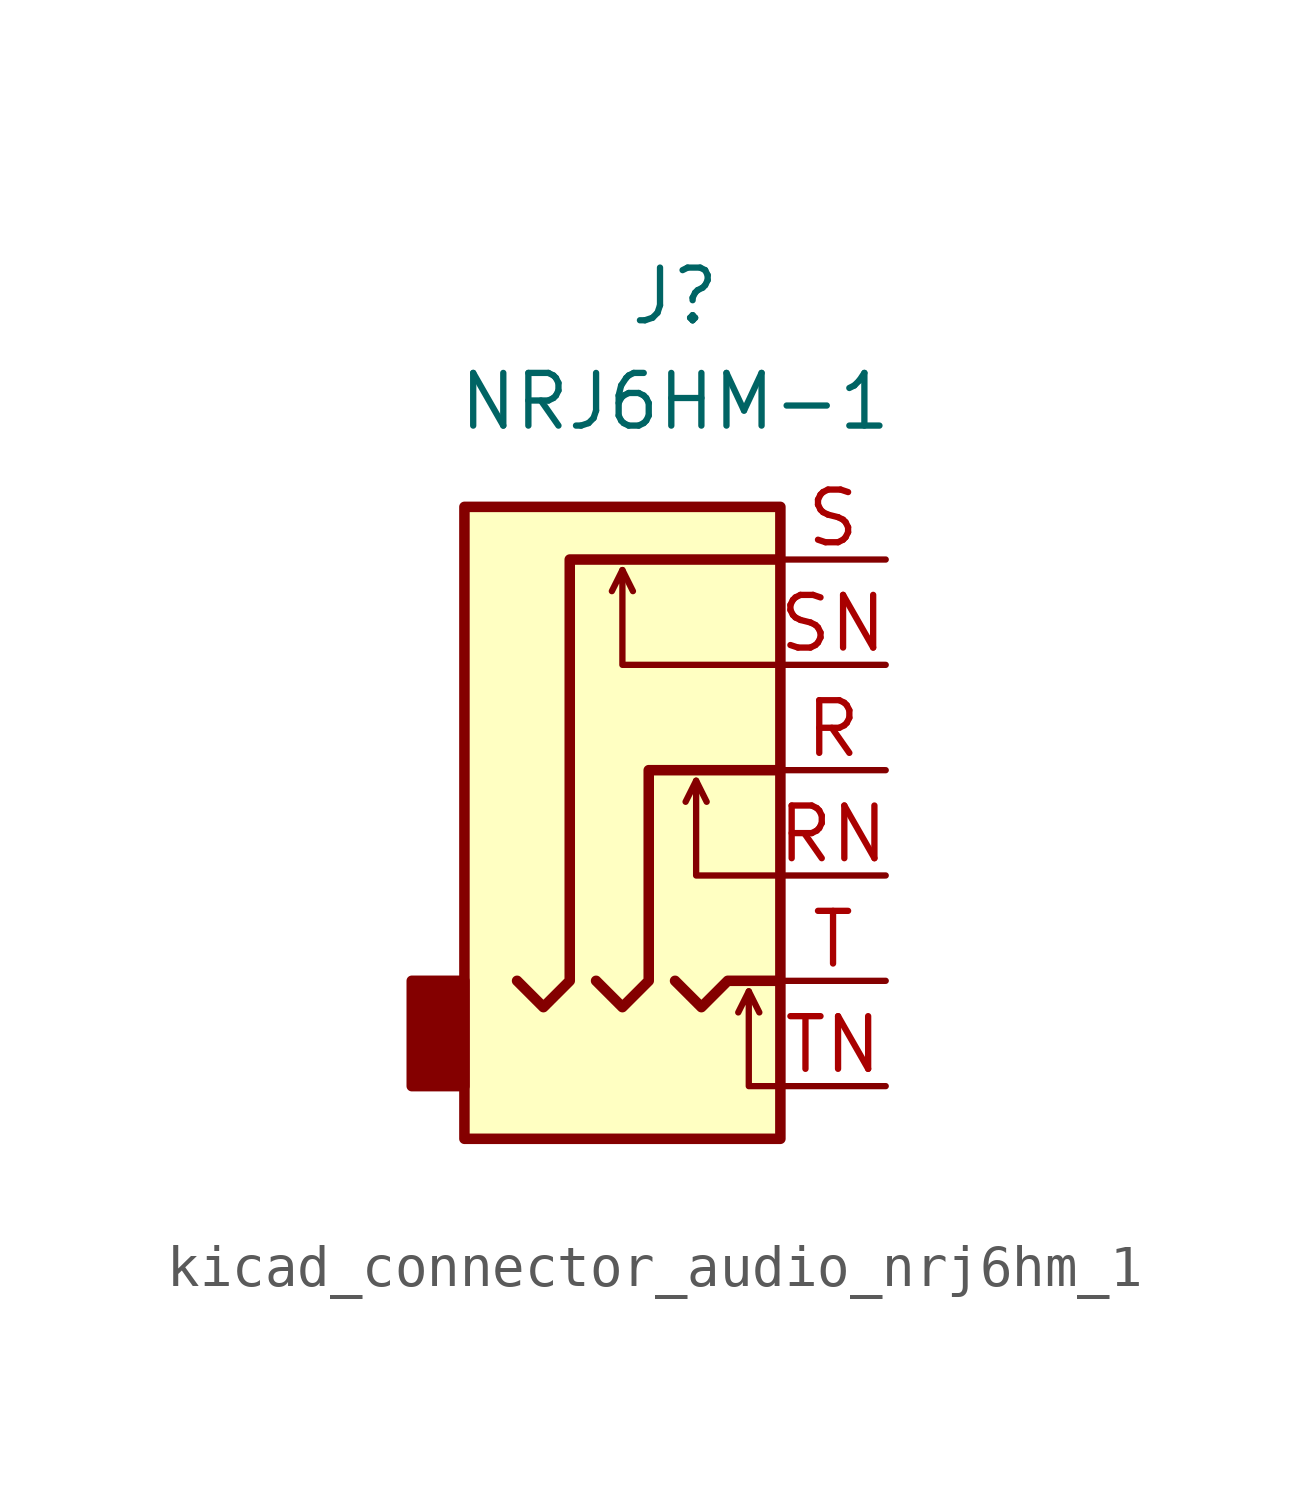
<source format=kicad_sym>
(kicad_symbol_lib
  (version 20220914)
  (generator kicad_symbol_editor)
  (symbol "kicad_connector_audio_nrj6hm_1"
    (property "Reference" "J"
      (at 0 11.43 0)
      (effects (font (size 1.27 1.27))))
    (property "Value" "NRJ6HM-1"
      (at 0 8.89 0)
      (effects (font (size 1.27 1.27))))
    (symbol "kicad_connector_audio_nrj6hm_1_0_1"
      (rectangle (start -5.08 -5.08) (end -6.35 -7.62) (stroke (width 0.254) (type default)) (fill (type outline)))
      (polyline (pts (xy -1.27 4.826) (xy -1.016 4.318)) (stroke (width 0) (type default)) (fill (type none)))
      (polyline (pts (xy 0.508 -0.254) (xy 0.762 -0.762)) (stroke (width 0) (type default)) (fill (type none)))
      (polyline (pts (xy 1.778 -5.334) (xy 2.032 -5.842)) (stroke (width 0) (type default)) (fill (type none)))
      (polyline (pts (xy 0 -5.08) (xy 0.635 -5.715) (xy 1.27 -5.08) (xy 2.54 -5.08)) (stroke (width 0.254) (type default)) (fill (type none)))
      (polyline (pts (xy 2.54 -7.62) (xy 1.778 -7.62) (xy 1.778 -5.334) (xy 1.524 -5.842)) (stroke (width 0) (type default)) (fill (type none)))
      (polyline (pts (xy 2.54 -2.54) (xy 0.508 -2.54) (xy 0.508 -0.254) (xy 0.254 -0.762)) (stroke (width 0) (type default)) (fill (type none)))
      (polyline (pts (xy 2.54 2.54) (xy -1.27 2.54) (xy -1.27 4.826) (xy -1.524 4.318)) (stroke (width 0) (type default)) (fill (type none)))
      (polyline (pts (xy -1.905 -5.08) (xy -1.27 -5.715) (xy -0.635 -5.08) (xy -0.635 0) (xy 2.54 0)) (stroke (width 0.254) (type default)) (fill (type none)))
      (polyline (pts (xy 2.54 5.08) (xy -2.54 5.08) (xy -2.54 -5.08) (xy -3.175 -5.715) (xy -3.81 -5.08)) (stroke (width 0.254) (type default)) (fill (type none)))
      (rectangle (start 2.54 6.35) (end -5.08 -8.89) (stroke (width 0.254) (type default)) (fill (type background))))
    (symbol "kicad_connector_audio_nrj6hm_1_1_1"
      (pin passive line (at 5.08 0 180) (length 2.54) (name "~" (effects (font (size 1.27 1.27)))) (number "R" (effects (font (size 1.27 1.27)))))
      (pin passive line (at 5.08 -2.54 180) (length 2.54) (name "~" (effects (font (size 1.27 1.27)))) (number "RN" (effects (font (size 1.27 1.27)))))
      (pin passive line (at 5.08 5.08 180) (length 2.54) (name "~" (effects (font (size 1.27 1.27)))) (number "S" (effects (font (size 1.27 1.27)))))
      (pin passive line (at 5.08 2.54 180) (length 2.54) (name "~" (effects (font (size 1.27 1.27)))) (number "SN" (effects (font (size 1.27 1.27)))))
      (pin passive line (at 5.08 -5.08 180) (length 2.54) (name "~" (effects (font (size 1.27 1.27)))) (number "T" (effects (font (size 1.27 1.27)))))
      (pin passive line (at 5.08 -7.62 180) (length 2.54) (name "~" (effects (font (size 1.27 1.27)))) (number "TN" (effects (font (size 1.27 1.27))))))))
</source>
